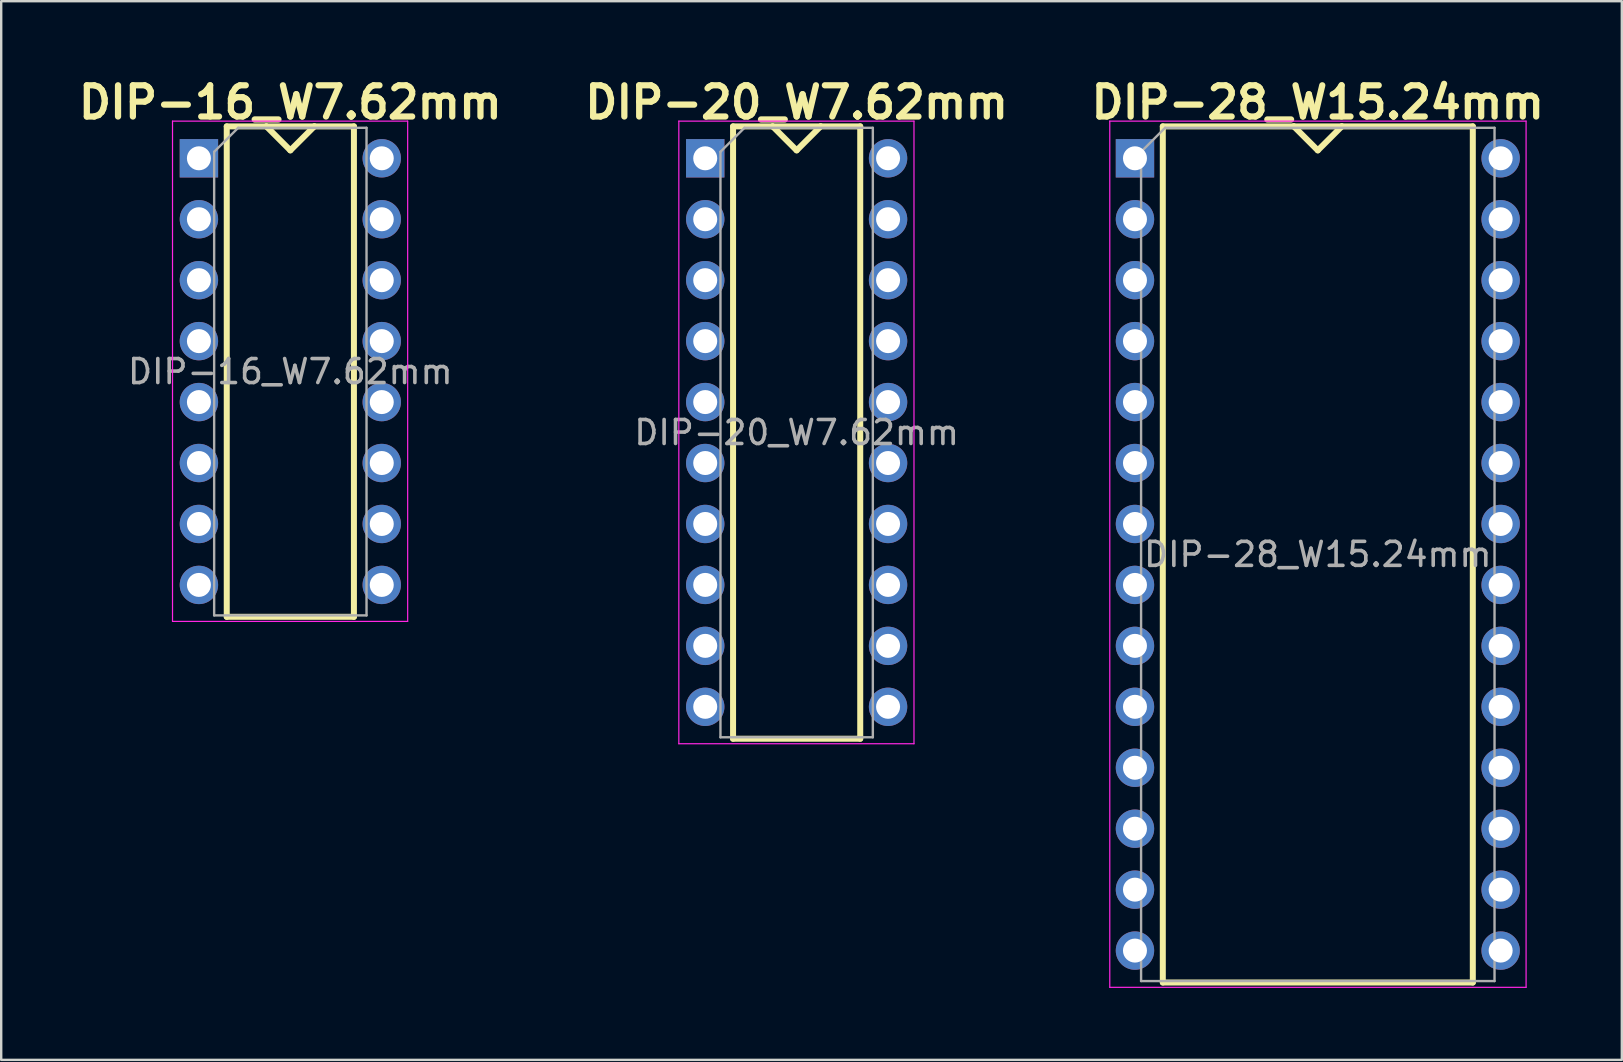
<source format=kicad_pcb>
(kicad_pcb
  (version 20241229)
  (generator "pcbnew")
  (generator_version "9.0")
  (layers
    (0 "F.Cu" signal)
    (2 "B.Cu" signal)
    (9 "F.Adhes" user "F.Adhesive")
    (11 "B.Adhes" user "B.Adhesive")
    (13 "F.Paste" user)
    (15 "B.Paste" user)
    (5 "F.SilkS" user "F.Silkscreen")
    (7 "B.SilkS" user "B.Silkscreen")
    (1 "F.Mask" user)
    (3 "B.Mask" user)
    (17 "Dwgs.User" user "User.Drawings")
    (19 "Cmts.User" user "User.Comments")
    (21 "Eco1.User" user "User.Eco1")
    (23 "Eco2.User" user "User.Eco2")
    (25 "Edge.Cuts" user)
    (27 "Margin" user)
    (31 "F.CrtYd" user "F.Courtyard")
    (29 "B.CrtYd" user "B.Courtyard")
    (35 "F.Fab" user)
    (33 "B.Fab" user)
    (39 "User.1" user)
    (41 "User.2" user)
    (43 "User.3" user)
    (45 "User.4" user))
  (footprint "DIP-28_W15.24mm"
    (layer "F.Cu")
    (at 44.251 3.547)
    (property "Reference" "DIP-28_W15.24mm" (at 7.62 -2.33 0) (layer "F.SilkS") (effects (font (size 1.3 1.3) (thickness 0.26) (bold yes))))
    (attr through_hole)
    (fp_line (start 1.16 -1.33) (end 1.16 34.35) (stroke (width 0.25) (type solid)) (layer "F.SilkS"))
    (fp_line (start 1.16 34.35) (end 14.08 34.35) (stroke (width 0.25) (type solid)) (layer "F.SilkS"))
    (fp_line (start 6.62 -1.33) (end 1.16 -1.33) (stroke (width 0.25) (type solid)) (layer "F.SilkS"))
    (fp_line (start 6.62 -1.33) (end 7.62 -0.33) (stroke (width 0.25) (type solid)) (layer "F.SilkS"))
    (fp_line (start 6.62 -1.33) (end 8.62 -1.33) (stroke (width 0.25) (type solid)) (layer "F.SilkS"))
    (fp_line (start 8.62 -1.33) (end 7.62 -0.33) (stroke (width 0.25) (type solid)) (layer "F.SilkS"))
    (fp_line (start 14.08 -1.33) (end 8.62 -1.33) (stroke (width 0.25) (type solid)) (layer "F.SilkS"))
    (fp_line (start 14.08 34.35) (end 14.08 -1.33) (stroke (width 0.25) (type solid)) (layer "F.SilkS"))
    (fp_line (start -1.05 -1.55) (end -1.05 34.55) (stroke (width 0.05) (type solid)) (layer "F.CrtYd"))
    (fp_line (start -1.05 34.55) (end 16.3 34.55) (stroke (width 0.05) (type solid)) (layer "F.CrtYd"))
    (fp_line (start 16.3 -1.55) (end -1.05 -1.55) (stroke (width 0.05) (type solid)) (layer "F.CrtYd"))
    (fp_line (start 16.3 34.55) (end 16.3 -1.55) (stroke (width 0.05) (type solid)) (layer "F.CrtYd"))
    (fp_line (start 0.255 -0.27) (end 1.255 -1.27) (stroke (width 0.1) (type solid)) (layer "F.Fab"))
    (fp_line (start 0.255 34.29) (end 0.255 -0.27) (stroke (width 0.1) (type solid)) (layer "F.Fab"))
    (fp_line (start 1.255 -1.27) (end 14.985 -1.27) (stroke (width 0.1) (type solid)) (layer "F.Fab"))
    (fp_line (start 14.985 -1.27) (end 14.985 34.29) (stroke (width 0.1) (type solid)) (layer "F.Fab"))
    (fp_line (start 14.985 34.29) (end 0.255 34.29) (stroke (width 0.1) (type solid)) (layer "F.Fab"))
    (fp_text user "${REFERENCE}" (at 7.62 16.51 0) (layer "F.Fab") (effects (font (size 1 1) (thickness 0.15))))
    (pad "1" thru_hole rect (at 0 0) (size 1.6 1.6) (drill 1) (layers "*.Cu" "*.Mask"))
    (pad "2" thru_hole oval (at 0 2.54) (size 1.6 1.6) (drill 1) (layers "*.Cu" "*.Mask"))
    (pad "3" thru_hole oval (at 0 5.08) (size 1.6 1.6) (drill 1) (layers "*.Cu" "*.Mask"))
    (pad "4" thru_hole oval (at 0 7.62) (size 1.6 1.6) (drill 1) (layers "*.Cu" "*.Mask"))
    (pad "5" thru_hole oval (at 0 10.16) (size 1.6 1.6) (drill 1) (layers "*.Cu" "*.Mask"))
    (pad "6" thru_hole oval (at 0 12.7) (size 1.6 1.6) (drill 1) (layers "*.Cu" "*.Mask"))
    (pad "7" thru_hole oval (at 0 15.24) (size 1.6 1.6) (drill 1) (layers "*.Cu" "*.Mask"))
    (pad "8" thru_hole oval (at 0 17.78) (size 1.6 1.6) (drill 1) (layers "*.Cu" "*.Mask"))
    (pad "9" thru_hole oval (at 0 20.32) (size 1.6 1.6) (drill 1) (layers "*.Cu" "*.Mask"))
    (pad "10" thru_hole oval (at 0 22.86) (size 1.6 1.6) (drill 1) (layers "*.Cu" "*.Mask"))
    (pad "11" thru_hole oval (at 0 25.4) (size 1.6 1.6) (drill 1) (layers "*.Cu" "*.Mask"))
    (pad "12" thru_hole oval (at 0 27.94) (size 1.6 1.6) (drill 1) (layers "*.Cu" "*.Mask"))
    (pad "13" thru_hole oval (at 0 30.48) (size 1.6 1.6) (drill 1) (layers "*.Cu" "*.Mask"))
    (pad "14" thru_hole oval (at 0 33.02) (size 1.6 1.6) (drill 1) (layers "*.Cu" "*.Mask"))
    (pad "15" thru_hole oval (at 15.24 33.02) (size 1.6 1.6) (drill 1) (layers "*.Cu" "*.Mask"))
    (pad "16" thru_hole oval (at 15.24 30.48) (size 1.6 1.6) (drill 1) (layers "*.Cu" "*.Mask"))
    (pad "17" thru_hole oval (at 15.24 27.94) (size 1.6 1.6) (drill 1) (layers "*.Cu" "*.Mask"))
    (pad "18" thru_hole oval (at 15.24 25.4) (size 1.6 1.6) (drill 1) (layers "*.Cu" "*.Mask"))
    (pad "19" thru_hole oval (at 15.24 22.86) (size 1.6 1.6) (drill 1) (layers "*.Cu" "*.Mask"))
    (pad "20" thru_hole oval (at 15.24 20.32) (size 1.6 1.6) (drill 1) (layers "*.Cu" "*.Mask"))
    (pad "21" thru_hole oval (at 15.24 17.78) (size 1.6 1.6) (drill 1) (layers "*.Cu" "*.Mask"))
    (pad "22" thru_hole oval (at 15.24 15.24) (size 1.6 1.6) (drill 1) (layers "*.Cu" "*.Mask"))
    (pad "23" thru_hole oval (at 15.24 12.7) (size 1.6 1.6) (drill 1) (layers "*.Cu" "*.Mask"))
    (pad "24" thru_hole oval (at 15.24 10.16) (size 1.6 1.6) (drill 1) (layers "*.Cu" "*.Mask"))
    (pad "25" thru_hole oval (at 15.24 7.62) (size 1.6 1.6) (drill 1) (layers "*.Cu" "*.Mask"))
    (pad "26" thru_hole oval (at 15.24 5.08) (size 1.6 1.6) (drill 1) (layers "*.Cu" "*.Mask"))
    (pad "27" thru_hole oval (at 15.24 2.54) (size 1.6 1.6) (drill 1) (layers "*.Cu" "*.Mask"))
    (pad "28" thru_hole oval (at 15.24 0) (size 1.6 1.6) (drill 1) (layers "*.Cu" "*.Mask")))
  (footprint "DIP-20_W7.62mm"
    (layer "F.Cu")
    (at 26.341 3.547)
    (property "Reference" "DIP-20_W7.62mm" (at 3.81 -2.33 0) (layer "F.SilkS") (effects (font (size 1.3 1.3) (thickness 0.26) (bold yes))))
    (attr through_hole)
    (fp_line (start 1.16 -1.33) (end 1.16 24.19) (stroke (width 0.25) (type solid)) (layer "F.SilkS"))
    (fp_line (start 1.16 24.19) (end 6.46 24.19) (stroke (width 0.25) (type solid)) (layer "F.SilkS"))
    (fp_line (start 2.81 -1.33) (end 1.16 -1.33) (stroke (width 0.25) (type solid)) (layer "F.SilkS"))
    (fp_line (start 2.81 -1.33) (end 3.809 -0.331) (stroke (width 0.25) (type solid)) (layer "F.SilkS"))
    (fp_line (start 2.81 -1.33) (end 4.81 -1.33) (stroke (width 0.25) (type solid)) (layer "F.SilkS"))
    (fp_line (start 4.81 -1.33) (end 3.81 -0.33) (stroke (width 0.25) (type solid)) (layer "F.SilkS"))
    (fp_line (start 6.46 -1.33) (end 4.81 -1.33) (stroke (width 0.25) (type solid)) (layer "F.SilkS"))
    (fp_line (start 6.46 24.19) (end 6.46 -1.33) (stroke (width 0.25) (type solid)) (layer "F.SilkS"))
    (fp_line (start -1.1 -1.55) (end -1.1 24.4) (stroke (width 0.05) (type solid)) (layer "F.CrtYd"))
    (fp_line (start -1.1 24.4) (end 8.7 24.4) (stroke (width 0.05) (type solid)) (layer "F.CrtYd"))
    (fp_line (start 8.7 -1.55) (end -1.1 -1.55) (stroke (width 0.05) (type solid)) (layer "F.CrtYd"))
    (fp_line (start 8.7 24.4) (end 8.7 -1.55) (stroke (width 0.05) (type solid)) (layer "F.CrtYd"))
    (fp_line (start 0.635 -0.27) (end 1.635 -1.27) (stroke (width 0.1) (type solid)) (layer "F.Fab"))
    (fp_line (start 0.635 24.13) (end 0.635 -0.27) (stroke (width 0.1) (type solid)) (layer "F.Fab"))
    (fp_line (start 1.635 -1.27) (end 6.985 -1.27) (stroke (width 0.1) (type solid)) (layer "F.Fab"))
    (fp_line (start 6.985 -1.27) (end 6.985 24.13) (stroke (width 0.1) (type solid)) (layer "F.Fab"))
    (fp_line (start 6.985 24.13) (end 0.635 24.13) (stroke (width 0.1) (type solid)) (layer "F.Fab"))
    (fp_text user "${REFERENCE}" (at 3.81 11.43 0) (layer "F.Fab") (effects (font (size 1 1) (thickness 0.15))))
    (pad "1" thru_hole rect (at 0 0) (size 1.6 1.6) (drill 1) (layers "*.Cu" "*.Mask"))
    (pad "2" thru_hole oval (at 0 2.54) (size 1.6 1.6) (drill 1) (layers "*.Cu" "*.Mask"))
    (pad "3" thru_hole oval (at 0 5.08) (size 1.6 1.6) (drill 1) (layers "*.Cu" "*.Mask"))
    (pad "4" thru_hole oval (at 0 7.62) (size 1.6 1.6) (drill 1) (layers "*.Cu" "*.Mask"))
    (pad "5" thru_hole oval (at 0 10.16) (size 1.6 1.6) (drill 1) (layers "*.Cu" "*.Mask"))
    (pad "6" thru_hole oval (at 0 12.7) (size 1.6 1.6) (drill 1) (layers "*.Cu" "*.Mask"))
    (pad "7" thru_hole oval (at 0 15.24) (size 1.6 1.6) (drill 1) (layers "*.Cu" "*.Mask"))
    (pad "8" thru_hole oval (at 0 17.78) (size 1.6 1.6) (drill 1) (layers "*.Cu" "*.Mask"))
    (pad "9" thru_hole oval (at 0 20.32) (size 1.6 1.6) (drill 1) (layers "*.Cu" "*.Mask"))
    (pad "10" thru_hole oval (at 0 22.86) (size 1.6 1.6) (drill 1) (layers "*.Cu" "*.Mask"))
    (pad "11" thru_hole oval (at 7.62 22.86) (size 1.6 1.6) (drill 1) (layers "*.Cu" "*.Mask"))
    (pad "12" thru_hole oval (at 7.62 20.32) (size 1.6 1.6) (drill 1) (layers "*.Cu" "*.Mask"))
    (pad "13" thru_hole oval (at 7.62 17.78) (size 1.6 1.6) (drill 1) (layers "*.Cu" "*.Mask"))
    (pad "14" thru_hole oval (at 7.62 15.24) (size 1.6 1.6) (drill 1) (layers "*.Cu" "*.Mask"))
    (pad "15" thru_hole oval (at 7.62 12.7) (size 1.6 1.6) (drill 1) (layers "*.Cu" "*.Mask"))
    (pad "16" thru_hole oval (at 7.62 10.16) (size 1.6 1.6) (drill 1) (layers "*.Cu" "*.Mask"))
    (pad "17" thru_hole oval (at 7.62 7.62) (size 1.6 1.6) (drill 1) (layers "*.Cu" "*.Mask"))
    (pad "18" thru_hole oval (at 7.62 5.08) (size 1.6 1.6) (drill 1) (layers "*.Cu" "*.Mask"))
    (pad "19" thru_hole oval (at 7.62 2.54) (size 1.6 1.6) (drill 1) (layers "*.Cu" "*.Mask"))
    (pad "20" thru_hole oval (at 7.62 0) (size 1.6 1.6) (drill 1) (layers "*.Cu" "*.Mask")))
  (footprint "DIP-16_W7.62mm"
    (layer "F.Cu")
    (at 5.24 3.547)
    (property "Reference" "DIP-16_W7.62mm" (at 3.81 -2.33 0) (layer "F.SilkS") (effects (font (size 1.3 1.3) (thickness 0.26) (bold yes))))
    (attr through_hole)
    (fp_line (start 1.16 -1.33) (end 1.16 19.11) (stroke (width 0.25) (type solid)) (layer "F.SilkS"))
    (fp_line (start 1.16 19.11) (end 6.46 19.11) (stroke (width 0.25) (type solid)) (layer "F.SilkS"))
    (fp_line (start 2.81 -1.33) (end 1.16 -1.33) (stroke (width 0.25) (type solid)) (layer "F.SilkS"))
    (fp_line (start 2.81 -1.33) (end 3.81 -0.33) (stroke (width 0.25) (type solid)) (layer "F.SilkS"))
    (fp_line (start 2.81 -1.33) (end 4.81 -1.33) (stroke (width 0.25) (type solid)) (layer "F.SilkS"))
    (fp_line (start 4.81 -1.33) (end 3.81 -0.33) (stroke (width 0.25) (type solid)) (layer "F.SilkS"))
    (fp_line (start 6.46 -1.33) (end 4.81 -1.33) (stroke (width 0.25) (type solid)) (layer "F.SilkS"))
    (fp_line (start 6.46 19.11) (end 6.46 -1.33) (stroke (width 0.25) (type solid)) (layer "F.SilkS"))
    (fp_line (start -1.1 -1.55) (end -1.1 19.3) (stroke (width 0.05) (type solid)) (layer "F.CrtYd"))
    (fp_line (start -1.1 19.3) (end 8.7 19.3) (stroke (width 0.05) (type solid)) (layer "F.CrtYd"))
    (fp_line (start 8.7 -1.55) (end -1.1 -1.55) (stroke (width 0.05) (type solid)) (layer "F.CrtYd"))
    (fp_line (start 8.7 19.3) (end 8.7 -1.55) (stroke (width 0.05) (type solid)) (layer "F.CrtYd"))
    (fp_line (start 0.635 -0.27) (end 1.635 -1.27) (stroke (width 0.1) (type solid)) (layer "F.Fab"))
    (fp_line (start 0.635 19.05) (end 0.635 -0.27) (stroke (width 0.1) (type solid)) (layer "F.Fab"))
    (fp_line (start 1.635 -1.27) (end 6.985 -1.27) (stroke (width 0.1) (type solid)) (layer "F.Fab"))
    (fp_line (start 6.985 -1.27) (end 6.985 19.05) (stroke (width 0.1) (type solid)) (layer "F.Fab"))
    (fp_line (start 6.985 19.05) (end 0.635 19.05) (stroke (width 0.1) (type solid)) (layer "F.Fab"))
    (fp_text user "${REFERENCE}" (at 3.81 8.89 0) (layer "F.Fab") (effects (font (size 1 1) (thickness 0.15))))
    (pad "1" thru_hole rect (at 0 0) (size 1.6 1.6) (drill 1) (layers "*.Cu" "*.Mask"))
    (pad "2" thru_hole oval (at 0 2.54) (size 1.6 1.6) (drill 1) (layers "*.Cu" "*.Mask"))
    (pad "3" thru_hole oval (at 0 5.08) (size 1.6 1.6) (drill 1) (layers "*.Cu" "*.Mask"))
    (pad "4" thru_hole oval (at 0 7.62) (size 1.6 1.6) (drill 1) (layers "*.Cu" "*.Mask"))
    (pad "5" thru_hole oval (at 0 10.16) (size 1.6 1.6) (drill 1) (layers "*.Cu" "*.Mask"))
    (pad "6" thru_hole oval (at 0 12.7) (size 1.6 1.6) (drill 1) (layers "*.Cu" "*.Mask"))
    (pad "7" thru_hole oval (at 0 15.24) (size 1.6 1.6) (drill 1) (layers "*.Cu" "*.Mask"))
    (pad "8" thru_hole oval (at 0 17.78) (size 1.6 1.6) (drill 1) (layers "*.Cu" "*.Mask"))
    (pad "9" thru_hole oval (at 7.62 17.78) (size 1.6 1.6) (drill 1) (layers "*.Cu" "*.Mask"))
    (pad "10" thru_hole oval (at 7.62 15.24) (size 1.6 1.6) (drill 1) (layers "*.Cu" "*.Mask"))
    (pad "11" thru_hole oval (at 7.62 12.7) (size 1.6 1.6) (drill 1) (layers "*.Cu" "*.Mask"))
    (pad "12" thru_hole oval (at 7.62 10.16) (size 1.6 1.6) (drill 1) (layers "*.Cu" "*.Mask"))
    (pad "13" thru_hole oval (at 7.62 7.62) (size 1.6 1.6) (drill 1) (layers "*.Cu" "*.Mask"))
    (pad "14" thru_hole oval (at 7.62 5.08) (size 1.6 1.6) (drill 1) (layers "*.Cu" "*.Mask"))
    (pad "15" thru_hole oval (at 7.62 2.54) (size 1.6 1.6) (drill 1) (layers "*.Cu" "*.Mask"))
    (pad "16" thru_hole oval (at 7.62 0) (size 1.6 1.6) (drill 1) (layers "*.Cu" "*.Mask")))
  (gr_rect
    (start -3 -3)
    (end 64.541 41.122)
    (stroke (width 0.1) (type default))
    (fill no)
    (layer "Edge.Cuts")))
</source>
